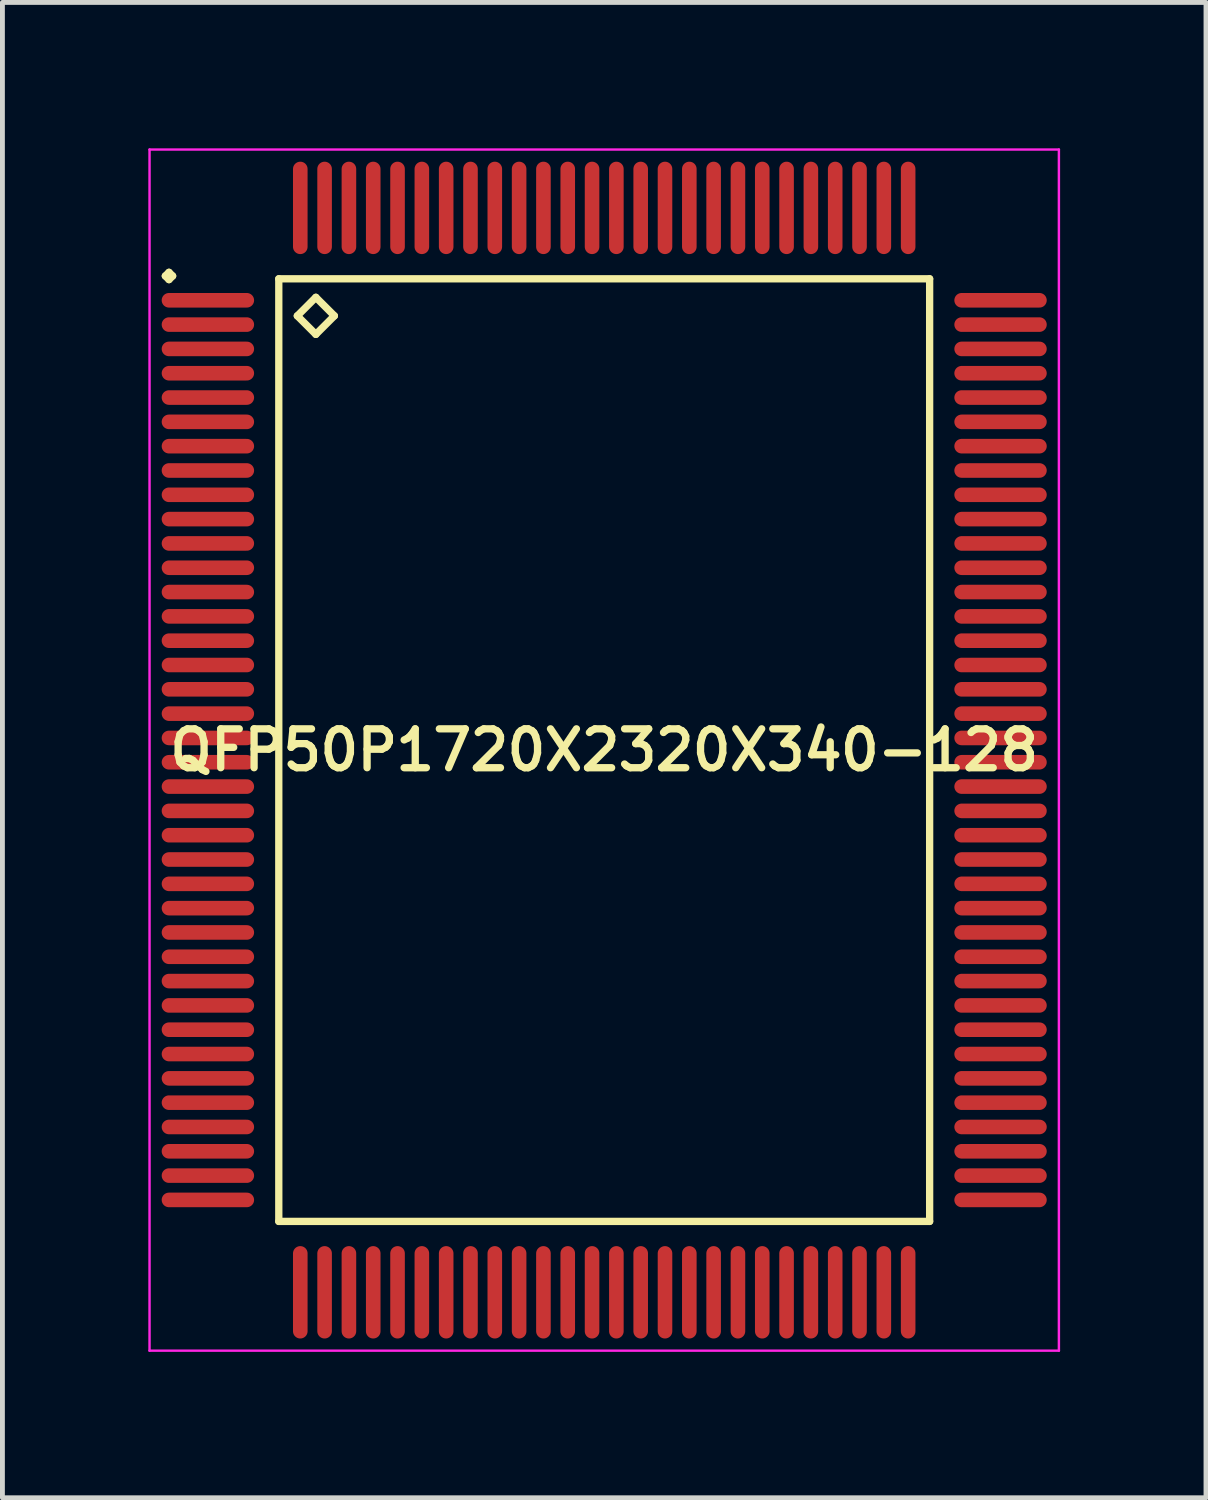
<source format=kicad_pcb>
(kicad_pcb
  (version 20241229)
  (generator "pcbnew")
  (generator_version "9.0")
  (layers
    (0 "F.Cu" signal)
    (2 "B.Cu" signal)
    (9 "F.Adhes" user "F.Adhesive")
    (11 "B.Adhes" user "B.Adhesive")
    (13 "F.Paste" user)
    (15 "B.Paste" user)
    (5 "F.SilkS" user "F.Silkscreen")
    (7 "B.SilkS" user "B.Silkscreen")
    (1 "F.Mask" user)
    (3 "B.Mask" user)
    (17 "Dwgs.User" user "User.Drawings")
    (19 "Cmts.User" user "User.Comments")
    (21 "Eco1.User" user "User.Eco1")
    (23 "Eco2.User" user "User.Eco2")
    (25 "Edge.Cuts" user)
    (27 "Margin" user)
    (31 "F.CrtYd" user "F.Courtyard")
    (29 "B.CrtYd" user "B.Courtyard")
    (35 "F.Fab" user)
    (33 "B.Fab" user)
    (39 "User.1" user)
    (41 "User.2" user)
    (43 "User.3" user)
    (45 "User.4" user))
  (footprint "QFP50P1720X2320X340-128"
    (layer "F.Cu")
    (at 9.375 12.375)
    (property "Reference" "QFP50P1720X2320X340-128" (at 0 0 0) (layer "F.SilkS") (effects (font (size 0.8 0.8) (thickness 0.15))))
    (attr smd)
    (fp_line (start -9.025 -9.75) (end -8.95 -9.825) (stroke (width 0.15) (type solid)) (layer "F.SilkS"))
    (fp_line (start -8.95 -9.825) (end -8.875 -9.75) (stroke (width 0.15) (type solid)) (layer "F.SilkS"))
    (fp_line (start -8.95 -9.675) (end -9.025 -9.75) (stroke (width 0.15) (type solid)) (layer "F.SilkS"))
    (fp_line (start -8.875 -9.75) (end -8.95 -9.675) (stroke (width 0.15) (type solid)) (layer "F.SilkS"))
    (fp_line (start -6.692 -9.692) (end -6.692 9.692) (stroke (width 0.15) (type solid)) (layer "F.SilkS"))
    (fp_line (start -6.692 9.692) (end 6.692 9.692) (stroke (width 0.15) (type solid)) (layer "F.SilkS"))
    (fp_line (start -6.311 -8.93) (end -5.93 -9.311) (stroke (width 0.15) (type solid)) (layer "F.SilkS"))
    (fp_line (start -5.93 -9.311) (end -5.549 -8.93) (stroke (width 0.15) (type solid)) (layer "F.SilkS"))
    (fp_line (start -5.93 -8.549) (end -6.311 -8.93) (stroke (width 0.15) (type solid)) (layer "F.SilkS"))
    (fp_line (start -5.549 -8.93) (end -5.93 -8.549) (stroke (width 0.15) (type solid)) (layer "F.SilkS"))
    (fp_line (start 6.692 -9.692) (end -6.692 -9.692) (stroke (width 0.15) (type solid)) (layer "F.SilkS"))
    (fp_line (start 6.692 9.692) (end 6.692 -9.692) (stroke (width 0.15) (type solid)) (layer "F.SilkS"))
    (fp_line (start -9.35 -12.35) (end 9.35 -12.35) (stroke (width 0.05) (type solid)) (layer "F.CrtYd"))
    (fp_line (start -9.35 12.35) (end -9.35 -12.35) (stroke (width 0.05) (type solid)) (layer "F.CrtYd"))
    (fp_line (start 9.35 -12.35) (end 9.35 12.35) (stroke (width 0.05) (type solid)) (layer "F.CrtYd"))
    (fp_line (start 9.35 12.35) (end -9.35 12.35) (stroke (width 0.05) (type solid)) (layer "F.CrtYd"))
    (pad "1" smd oval (at -8.15 -9.25) (size 1.9 0.3) (layers "F.Cu" "F.Mask" "F.Paste"))
    (pad "2" smd oval (at -8.15 -8.75) (size 1.9 0.3) (layers "F.Cu" "F.Mask" "F.Paste"))
    (pad "3" smd oval (at -8.15 -8.25) (size 1.9 0.3) (layers "F.Cu" "F.Mask" "F.Paste"))
    (pad "4" smd oval (at -8.15 -7.75) (size 1.9 0.3) (layers "F.Cu" "F.Mask" "F.Paste"))
    (pad "5" smd oval (at -8.15 -7.25) (size 1.9 0.3) (layers "F.Cu" "F.Mask" "F.Paste"))
    (pad "6" smd oval (at -8.15 -6.75) (size 1.9 0.3) (layers "F.Cu" "F.Mask" "F.Paste"))
    (pad "7" smd oval (at -8.15 -6.25) (size 1.9 0.3) (layers "F.Cu" "F.Mask" "F.Paste"))
    (pad "8" smd oval (at -8.15 -5.75) (size 1.9 0.3) (layers "F.Cu" "F.Mask" "F.Paste"))
    (pad "9" smd oval (at -8.15 -5.25) (size 1.9 0.3) (layers "F.Cu" "F.Mask" "F.Paste"))
    (pad "10" smd oval (at -8.15 -4.75) (size 1.9 0.3) (layers "F.Cu" "F.Mask" "F.Paste"))
    (pad "11" smd oval (at -8.15 -4.25) (size 1.9 0.3) (layers "F.Cu" "F.Mask" "F.Paste"))
    (pad "12" smd oval (at -8.15 -3.75) (size 1.9 0.3) (layers "F.Cu" "F.Mask" "F.Paste"))
    (pad "13" smd oval (at -8.15 -3.25) (size 1.9 0.3) (layers "F.Cu" "F.Mask" "F.Paste"))
    (pad "14" smd oval (at -8.15 -2.75) (size 1.9 0.3) (layers "F.Cu" "F.Mask" "F.Paste"))
    (pad "15" smd oval (at -8.15 -2.25) (size 1.9 0.3) (layers "F.Cu" "F.Mask" "F.Paste"))
    (pad "16" smd oval (at -8.15 -1.75) (size 1.9 0.3) (layers "F.Cu" "F.Mask" "F.Paste"))
    (pad "17" smd oval (at -8.15 -1.25) (size 1.9 0.3) (layers "F.Cu" "F.Mask" "F.Paste"))
    (pad "18" smd oval (at -8.15 -0.75) (size 1.9 0.3) (layers "F.Cu" "F.Mask" "F.Paste"))
    (pad "19" smd oval (at -8.15 -0.25) (size 1.9 0.3) (layers "F.Cu" "F.Mask" "F.Paste"))
    (pad "20" smd oval (at -8.15 0.25) (size 1.9 0.3) (layers "F.Cu" "F.Mask" "F.Paste"))
    (pad "21" smd oval (at -8.15 0.75) (size 1.9 0.3) (layers "F.Cu" "F.Mask" "F.Paste"))
    (pad "22" smd oval (at -8.15 1.25) (size 1.9 0.3) (layers "F.Cu" "F.Mask" "F.Paste"))
    (pad "23" smd oval (at -8.15 1.75) (size 1.9 0.3) (layers "F.Cu" "F.Mask" "F.Paste"))
    (pad "24" smd oval (at -8.15 2.25) (size 1.9 0.3) (layers "F.Cu" "F.Mask" "F.Paste"))
    (pad "25" smd oval (at -8.15 2.75) (size 1.9 0.3) (layers "F.Cu" "F.Mask" "F.Paste"))
    (pad "26" smd oval (at -8.15 3.25) (size 1.9 0.3) (layers "F.Cu" "F.Mask" "F.Paste"))
    (pad "27" smd oval (at -8.15 3.75) (size 1.9 0.3) (layers "F.Cu" "F.Mask" "F.Paste"))
    (pad "28" smd oval (at -8.15 4.25) (size 1.9 0.3) (layers "F.Cu" "F.Mask" "F.Paste"))
    (pad "29" smd oval (at -8.15 4.75) (size 1.9 0.3) (layers "F.Cu" "F.Mask" "F.Paste"))
    (pad "30" smd oval (at -8.15 5.25) (size 1.9 0.3) (layers "F.Cu" "F.Mask" "F.Paste"))
    (pad "31" smd oval (at -8.15 5.75) (size 1.9 0.3) (layers "F.Cu" "F.Mask" "F.Paste"))
    (pad "32" smd oval (at -8.15 6.25) (size 1.9 0.3) (layers "F.Cu" "F.Mask" "F.Paste"))
    (pad "33" smd oval (at -8.15 6.75) (size 1.9 0.3) (layers "F.Cu" "F.Mask" "F.Paste"))
    (pad "34" smd oval (at -8.15 7.25) (size 1.9 0.3) (layers "F.Cu" "F.Mask" "F.Paste"))
    (pad "35" smd oval (at -8.15 7.75) (size 1.9 0.3) (layers "F.Cu" "F.Mask" "F.Paste"))
    (pad "36" smd oval (at -8.15 8.25) (size 1.9 0.3) (layers "F.Cu" "F.Mask" "F.Paste"))
    (pad "37" smd oval (at -8.15 8.75) (size 1.9 0.3) (layers "F.Cu" "F.Mask" "F.Paste"))
    (pad "38" smd oval (at -8.15 9.25) (size 1.9 0.3) (layers "F.Cu" "F.Mask" "F.Paste"))
    (pad "39" smd oval (at -6.25 11.15) (size 0.3 1.9) (layers "F.Cu" "F.Mask" "F.Paste"))
    (pad "40" smd oval (at -5.75 11.15) (size 0.3 1.9) (layers "F.Cu" "F.Mask" "F.Paste"))
    (pad "41" smd oval (at -5.25 11.15) (size 0.3 1.9) (layers "F.Cu" "F.Mask" "F.Paste"))
    (pad "42" smd oval (at -4.75 11.15) (size 0.3 1.9) (layers "F.Cu" "F.Mask" "F.Paste"))
    (pad "43" smd oval (at -4.25 11.15) (size 0.3 1.9) (layers "F.Cu" "F.Mask" "F.Paste"))
    (pad "44" smd oval (at -3.75 11.15) (size 0.3 1.9) (layers "F.Cu" "F.Mask" "F.Paste"))
    (pad "45" smd oval (at -3.25 11.15) (size 0.3 1.9) (layers "F.Cu" "F.Mask" "F.Paste"))
    (pad "46" smd oval (at -2.75 11.15) (size 0.3 1.9) (layers "F.Cu" "F.Mask" "F.Paste"))
    (pad "47" smd oval (at -2.25 11.15) (size 0.3 1.9) (layers "F.Cu" "F.Mask" "F.Paste"))
    (pad "48" smd oval (at -1.75 11.15) (size 0.3 1.9) (layers "F.Cu" "F.Mask" "F.Paste"))
    (pad "49" smd oval (at -1.25 11.15) (size 0.3 1.9) (layers "F.Cu" "F.Mask" "F.Paste"))
    (pad "50" smd oval (at -0.75 11.15) (size 0.3 1.9) (layers "F.Cu" "F.Mask" "F.Paste"))
    (pad "51" smd oval (at -0.25 11.15) (size 0.3 1.9) (layers "F.Cu" "F.Mask" "F.Paste"))
    (pad "52" smd oval (at 0.25 11.15) (size 0.3 1.9) (layers "F.Cu" "F.Mask" "F.Paste"))
    (pad "53" smd oval (at 0.75 11.15) (size 0.3 1.9) (layers "F.Cu" "F.Mask" "F.Paste"))
    (pad "54" smd oval (at 1.25 11.15) (size 0.3 1.9) (layers "F.Cu" "F.Mask" "F.Paste"))
    (pad "55" smd oval (at 1.75 11.15) (size 0.3 1.9) (layers "F.Cu" "F.Mask" "F.Paste"))
    (pad "56" smd oval (at 2.25 11.15) (size 0.3 1.9) (layers "F.Cu" "F.Mask" "F.Paste"))
    (pad "57" smd oval (at 2.75 11.15) (size 0.3 1.9) (layers "F.Cu" "F.Mask" "F.Paste"))
    (pad "58" smd oval (at 3.25 11.15) (size 0.3 1.9) (layers "F.Cu" "F.Mask" "F.Paste"))
    (pad "59" smd oval (at 3.75 11.15) (size 0.3 1.9) (layers "F.Cu" "F.Mask" "F.Paste"))
    (pad "60" smd oval (at 4.25 11.15) (size 0.3 1.9) (layers "F.Cu" "F.Mask" "F.Paste"))
    (pad "61" smd oval (at 4.75 11.15) (size 0.3 1.9) (layers "F.Cu" "F.Mask" "F.Paste"))
    (pad "62" smd oval (at 5.25 11.15) (size 0.3 1.9) (layers "F.Cu" "F.Mask" "F.Paste"))
    (pad "63" smd oval (at 5.75 11.15) (size 0.3 1.9) (layers "F.Cu" "F.Mask" "F.Paste"))
    (pad "64" smd oval (at 6.25 11.15) (size 0.3 1.9) (layers "F.Cu" "F.Mask" "F.Paste"))
    (pad "65" smd oval (at 8.15 9.25) (size 1.9 0.3) (layers "F.Cu" "F.Mask" "F.Paste"))
    (pad "66" smd oval (at 8.15 8.75) (size 1.9 0.3) (layers "F.Cu" "F.Mask" "F.Paste"))
    (pad "67" smd oval (at 8.15 8.25) (size 1.9 0.3) (layers "F.Cu" "F.Mask" "F.Paste"))
    (pad "68" smd oval (at 8.15 7.75) (size 1.9 0.3) (layers "F.Cu" "F.Mask" "F.Paste"))
    (pad "69" smd oval (at 8.15 7.25) (size 1.9 0.3) (layers "F.Cu" "F.Mask" "F.Paste"))
    (pad "70" smd oval (at 8.15 6.75) (size 1.9 0.3) (layers "F.Cu" "F.Mask" "F.Paste"))
    (pad "71" smd oval (at 8.15 6.25) (size 1.9 0.3) (layers "F.Cu" "F.Mask" "F.Paste"))
    (pad "72" smd oval (at 8.15 5.75) (size 1.9 0.3) (layers "F.Cu" "F.Mask" "F.Paste"))
    (pad "73" smd oval (at 8.15 5.25) (size 1.9 0.3) (layers "F.Cu" "F.Mask" "F.Paste"))
    (pad "74" smd oval (at 8.15 4.75) (size 1.9 0.3) (layers "F.Cu" "F.Mask" "F.Paste"))
    (pad "75" smd oval (at 8.15 4.25) (size 1.9 0.3) (layers "F.Cu" "F.Mask" "F.Paste"))
    (pad "76" smd oval (at 8.15 3.75) (size 1.9 0.3) (layers "F.Cu" "F.Mask" "F.Paste"))
    (pad "77" smd oval (at 8.15 3.25) (size 1.9 0.3) (layers "F.Cu" "F.Mask" "F.Paste"))
    (pad "78" smd oval (at 8.15 2.75) (size 1.9 0.3) (layers "F.Cu" "F.Mask" "F.Paste"))
    (pad "79" smd oval (at 8.15 2.25) (size 1.9 0.3) (layers "F.Cu" "F.Mask" "F.Paste"))
    (pad "80" smd oval (at 8.15 1.75) (size 1.9 0.3) (layers "F.Cu" "F.Mask" "F.Paste"))
    (pad "81" smd oval (at 8.15 1.25) (size 1.9 0.3) (layers "F.Cu" "F.Mask" "F.Paste"))
    (pad "82" smd oval (at 8.15 0.75) (size 1.9 0.3) (layers "F.Cu" "F.Mask" "F.Paste"))
    (pad "83" smd oval (at 8.15 0.25) (size 1.9 0.3) (layers "F.Cu" "F.Mask" "F.Paste"))
    (pad "84" smd oval (at 8.15 -0.25) (size 1.9 0.3) (layers "F.Cu" "F.Mask" "F.Paste"))
    (pad "85" smd oval (at 8.15 -0.75) (size 1.9 0.3) (layers "F.Cu" "F.Mask" "F.Paste"))
    (pad "86" smd oval (at 8.15 -1.25) (size 1.9 0.3) (layers "F.Cu" "F.Mask" "F.Paste"))
    (pad "87" smd oval (at 8.15 -1.75) (size 1.9 0.3) (layers "F.Cu" "F.Mask" "F.Paste"))
    (pad "88" smd oval (at 8.15 -2.25) (size 1.9 0.3) (layers "F.Cu" "F.Mask" "F.Paste"))
    (pad "89" smd oval (at 8.15 -2.75) (size 1.9 0.3) (layers "F.Cu" "F.Mask" "F.Paste"))
    (pad "90" smd oval (at 8.15 -3.25) (size 1.9 0.3) (layers "F.Cu" "F.Mask" "F.Paste"))
    (pad "91" smd oval (at 8.15 -3.75) (size 1.9 0.3) (layers "F.Cu" "F.Mask" "F.Paste"))
    (pad "92" smd oval (at 8.15 -4.25) (size 1.9 0.3) (layers "F.Cu" "F.Mask" "F.Paste"))
    (pad "93" smd oval (at 8.15 -4.75) (size 1.9 0.3) (layers "F.Cu" "F.Mask" "F.Paste"))
    (pad "94" smd oval (at 8.15 -5.25) (size 1.9 0.3) (layers "F.Cu" "F.Mask" "F.Paste"))
    (pad "95" smd oval (at 8.15 -5.75) (size 1.9 0.3) (layers "F.Cu" "F.Mask" "F.Paste"))
    (pad "96" smd oval (at 8.15 -6.25) (size 1.9 0.3) (layers "F.Cu" "F.Mask" "F.Paste"))
    (pad "97" smd oval (at 8.15 -6.75) (size 1.9 0.3) (layers "F.Cu" "F.Mask" "F.Paste"))
    (pad "98" smd oval (at 8.15 -7.25) (size 1.9 0.3) (layers "F.Cu" "F.Mask" "F.Paste"))
    (pad "99" smd oval (at 8.15 -7.75) (size 1.9 0.3) (layers "F.Cu" "F.Mask" "F.Paste"))
    (pad "100" smd oval (at 8.15 -8.25) (size 1.9 0.3) (layers "F.Cu" "F.Mask" "F.Paste"))
    (pad "101" smd oval (at 8.15 -8.75) (size 1.9 0.3) (layers "F.Cu" "F.Mask" "F.Paste"))
    (pad "102" smd oval (at 8.15 -9.25) (size 1.9 0.3) (layers "F.Cu" "F.Mask" "F.Paste"))
    (pad "103" smd oval (at 6.25 -11.15) (size 0.3 1.9) (layers "F.Cu" "F.Mask" "F.Paste"))
    (pad "104" smd oval (at 5.75 -11.15) (size 0.3 1.9) (layers "F.Cu" "F.Mask" "F.Paste"))
    (pad "105" smd oval (at 5.25 -11.15) (size 0.3 1.9) (layers "F.Cu" "F.Mask" "F.Paste"))
    (pad "106" smd oval (at 4.75 -11.15) (size 0.3 1.9) (layers "F.Cu" "F.Mask" "F.Paste"))
    (pad "107" smd oval (at 4.25 -11.15) (size 0.3 1.9) (layers "F.Cu" "F.Mask" "F.Paste"))
    (pad "108" smd oval (at 3.75 -11.15) (size 0.3 1.9) (layers "F.Cu" "F.Mask" "F.Paste"))
    (pad "109" smd oval (at 3.25 -11.15) (size 0.3 1.9) (layers "F.Cu" "F.Mask" "F.Paste"))
    (pad "110" smd oval (at 2.75 -11.15) (size 0.3 1.9) (layers "F.Cu" "F.Mask" "F.Paste"))
    (pad "111" smd oval (at 2.25 -11.15) (size 0.3 1.9) (layers "F.Cu" "F.Mask" "F.Paste"))
    (pad "112" smd oval (at 1.75 -11.15) (size 0.3 1.9) (layers "F.Cu" "F.Mask" "F.Paste"))
    (pad "113" smd oval (at 1.25 -11.15) (size 0.3 1.9) (layers "F.Cu" "F.Mask" "F.Paste"))
    (pad "114" smd oval (at 0.75 -11.15) (size 0.3 1.9) (layers "F.Cu" "F.Mask" "F.Paste"))
    (pad "115" smd oval (at 0.25 -11.15) (size 0.3 1.9) (layers "F.Cu" "F.Mask" "F.Paste"))
    (pad "116" smd oval (at -0.25 -11.15) (size 0.3 1.9) (layers "F.Cu" "F.Mask" "F.Paste"))
    (pad "117" smd oval (at -0.75 -11.15) (size 0.3 1.9) (layers "F.Cu" "F.Mask" "F.Paste"))
    (pad "118" smd oval (at -1.25 -11.15) (size 0.3 1.9) (layers "F.Cu" "F.Mask" "F.Paste"))
    (pad "119" smd oval (at -1.75 -11.15) (size 0.3 1.9) (layers "F.Cu" "F.Mask" "F.Paste"))
    (pad "120" smd oval (at -2.25 -11.15) (size 0.3 1.9) (layers "F.Cu" "F.Mask" "F.Paste"))
    (pad "121" smd oval (at -2.75 -11.15) (size 0.3 1.9) (layers "F.Cu" "F.Mask" "F.Paste"))
    (pad "122" smd oval (at -3.25 -11.15) (size 0.3 1.9) (layers "F.Cu" "F.Mask" "F.Paste"))
    (pad "123" smd oval (at -3.75 -11.15) (size 0.3 1.9) (layers "F.Cu" "F.Mask" "F.Paste"))
    (pad "124" smd oval (at -4.25 -11.15) (size 0.3 1.9) (layers "F.Cu" "F.Mask" "F.Paste"))
    (pad "125" smd oval (at -4.75 -11.15) (size 0.3 1.9) (layers "F.Cu" "F.Mask" "F.Paste"))
    (pad "126" smd oval (at -5.25 -11.15) (size 0.3 1.9) (layers "F.Cu" "F.Mask" "F.Paste"))
    (pad "127" smd oval (at -5.75 -11.15) (size 0.3 1.9) (layers "F.Cu" "F.Mask" "F.Paste"))
    (pad "128" smd oval (at -6.25 -11.15) (size 0.3 1.9) (layers "F.Cu" "F.Mask" "F.Paste")))
  (gr_rect
    (start -3 -3)
    (end 21.75 27.75)
    (stroke (width 0.1) (type default))
    (fill no)
    (layer "Edge.Cuts")))
</source>
